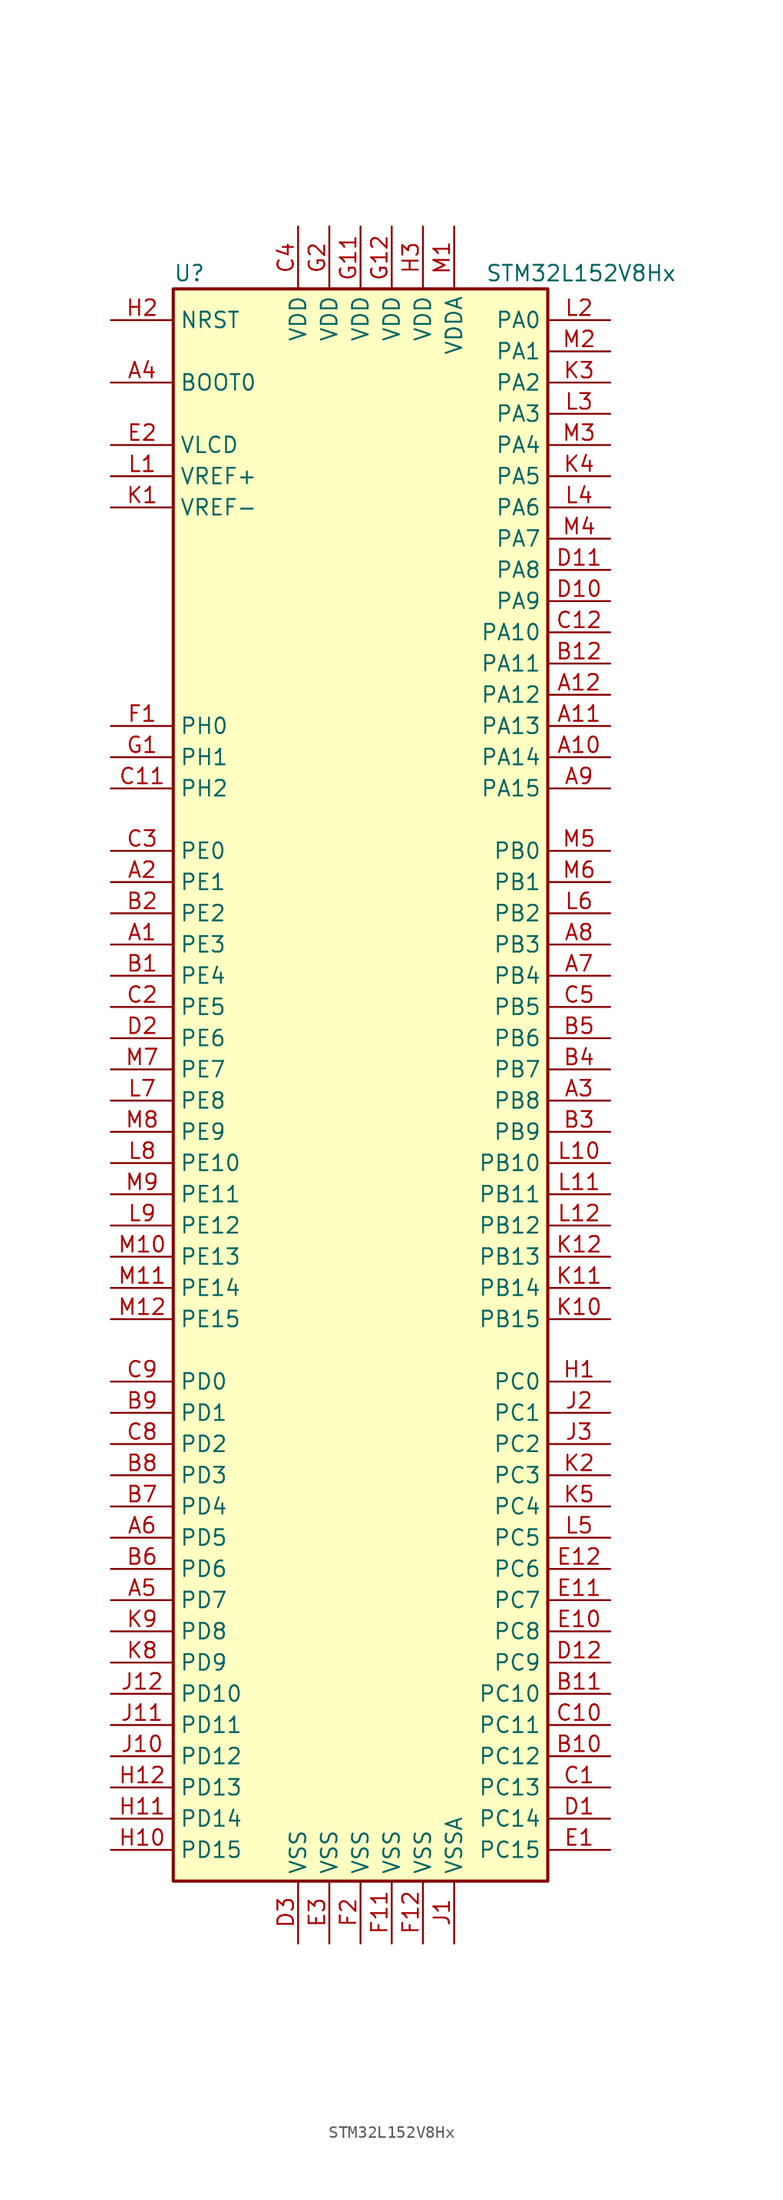
<source format=kicad_sym>
(kicad_symbol_lib
  (version 20211014)
  (generator kicad_symbol_editor)
  (symbol "STM32L152V8Hx"
    (property "Reference" "U"
      (at -15.24 64.77 0)
      (effects (font (size 1.27 1.27)) (justify left)))
    (property "Value" "STM32L152V8Hx"
      (at 10.16 64.77 0)
      (effects (font (size 1.27 1.27)) (justify left)))
    (symbol "STM32L152V8Hx_0_1"
      (rectangle (start -15.24 -66.04) (end 15.24 63.5) (stroke (width 0.254) (type default) (color 0 0 0 0)) (fill (type background))))
    (symbol "STM32L152V8Hx_1_1"
      (pin bidirectional line (at -20.32 10.16 0) (length 5.08) (name "PE3" (effects (font (size 1.27 1.27)))) (number "A1" (effects (font (size 1.27 1.27)))))
      (pin bidirectional line (at 20.32 25.4 180) (length 5.08) (name "PA14" (effects (font (size 1.27 1.27)))) (number "A10" (effects (font (size 1.27 1.27)))))
      (pin bidirectional line (at 20.32 27.94 180) (length 5.08) (name "PA13" (effects (font (size 1.27 1.27)))) (number "A11" (effects (font (size 1.27 1.27)))))
      (pin bidirectional line (at 20.32 30.48 180) (length 5.08) (name "PA12" (effects (font (size 1.27 1.27)))) (number "A12" (effects (font (size 1.27 1.27)))))
      (pin bidirectional line (at -20.32 15.24 0) (length 5.08) (name "PE1" (effects (font (size 1.27 1.27)))) (number "A2" (effects (font (size 1.27 1.27)))))
      (pin bidirectional line (at 20.32 -2.54 180) (length 5.08) (name "PB8" (effects (font (size 1.27 1.27)))) (number "A3" (effects (font (size 1.27 1.27)))))
      (pin input line (at -20.32 55.88 0) (length 5.08) (name "BOOT0" (effects (font (size 1.27 1.27)))) (number "A4" (effects (font (size 1.27 1.27)))))
      (pin bidirectional line (at -20.32 -43.18 0) (length 5.08) (name "PD7" (effects (font (size 1.27 1.27)))) (number "A5" (effects (font (size 1.27 1.27)))))
      (pin bidirectional line (at -20.32 -38.1 0) (length 5.08) (name "PD5" (effects (font (size 1.27 1.27)))) (number "A6" (effects (font (size 1.27 1.27)))))
      (pin bidirectional line (at 20.32 7.62 180) (length 5.08) (name "PB4" (effects (font (size 1.27 1.27)))) (number "A7" (effects (font (size 1.27 1.27)))))
      (pin bidirectional line (at 20.32 10.16 180) (length 5.08) (name "PB3" (effects (font (size 1.27 1.27)))) (number "A8" (effects (font (size 1.27 1.27)))))
      (pin bidirectional line (at 20.32 22.86 180) (length 5.08) (name "PA15" (effects (font (size 1.27 1.27)))) (number "A9" (effects (font (size 1.27 1.27)))))
      (pin bidirectional line (at -20.32 7.62 0) (length 5.08) (name "PE4" (effects (font (size 1.27 1.27)))) (number "B1" (effects (font (size 1.27 1.27)))))
      (pin bidirectional line (at 20.32 -55.88 180) (length 5.08) (name "PC12" (effects (font (size 1.27 1.27)))) (number "B10" (effects (font (size 1.27 1.27)))))
      (pin bidirectional line (at 20.32 -50.8 180) (length 5.08) (name "PC10" (effects (font (size 1.27 1.27)))) (number "B11" (effects (font (size 1.27 1.27)))))
      (pin bidirectional line (at 20.32 33.02 180) (length 5.08) (name "PA11" (effects (font (size 1.27 1.27)))) (number "B12" (effects (font (size 1.27 1.27)))))
      (pin bidirectional line (at -20.32 12.7 0) (length 5.08) (name "PE2" (effects (font (size 1.27 1.27)))) (number "B2" (effects (font (size 1.27 1.27)))))
      (pin bidirectional line (at 20.32 -5.08 180) (length 5.08) (name "PB9" (effects (font (size 1.27 1.27)))) (number "B3" (effects (font (size 1.27 1.27)))))
      (pin bidirectional line (at 20.32 0 180) (length 5.08) (name "PB7" (effects (font (size 1.27 1.27)))) (number "B4" (effects (font (size 1.27 1.27)))))
      (pin bidirectional line (at 20.32 2.54 180) (length 5.08) (name "PB6" (effects (font (size 1.27 1.27)))) (number "B5" (effects (font (size 1.27 1.27)))))
      (pin bidirectional line (at -20.32 -40.64 0) (length 5.08) (name "PD6" (effects (font (size 1.27 1.27)))) (number "B6" (effects (font (size 1.27 1.27)))))
      (pin bidirectional line (at -20.32 -35.56 0) (length 5.08) (name "PD4" (effects (font (size 1.27 1.27)))) (number "B7" (effects (font (size 1.27 1.27)))))
      (pin bidirectional line (at -20.32 -33.02 0) (length 5.08) (name "PD3" (effects (font (size 1.27 1.27)))) (number "B8" (effects (font (size 1.27 1.27)))))
      (pin bidirectional line (at -20.32 -27.94 0) (length 5.08) (name "PD1" (effects (font (size 1.27 1.27)))) (number "B9" (effects (font (size 1.27 1.27)))))
      (pin bidirectional line (at 20.32 -58.42 180) (length 5.08) (name "PC13" (effects (font (size 1.27 1.27)))) (number "C1" (effects (font (size 1.27 1.27)))))
      (pin bidirectional line (at 20.32 -53.34 180) (length 5.08) (name "PC11" (effects (font (size 1.27 1.27)))) (number "C10" (effects (font (size 1.27 1.27)))))
      (pin bidirectional line (at -20.32 22.86 0) (length 5.08) (name "PH2" (effects (font (size 1.27 1.27)))) (number "C11" (effects (font (size 1.27 1.27)))))
      (pin bidirectional line (at 20.32 35.56 180) (length 5.08) (name "PA10" (effects (font (size 1.27 1.27)))) (number "C12" (effects (font (size 1.27 1.27)))))
      (pin bidirectional line (at -20.32 5.08 0) (length 5.08) (name "PE5" (effects (font (size 1.27 1.27)))) (number "C2" (effects (font (size 1.27 1.27)))))
      (pin bidirectional line (at -20.32 17.78 0) (length 5.08) (name "PE0" (effects (font (size 1.27 1.27)))) (number "C3" (effects (font (size 1.27 1.27)))))
      (pin power_in line (at -5.08 68.58 270) (length 5.08) (name "VDD" (effects (font (size 1.27 1.27)))) (number "C4" (effects (font (size 1.27 1.27)))))
      (pin bidirectional line (at 20.32 5.08 180) (length 5.08) (name "PB5" (effects (font (size 1.27 1.27)))) (number "C5" (effects (font (size 1.27 1.27)))))
      (pin bidirectional line (at -20.32 -30.48 0) (length 5.08) (name "PD2" (effects (font (size 1.27 1.27)))) (number "C8" (effects (font (size 1.27 1.27)))))
      (pin bidirectional line (at -20.32 -25.4 0) (length 5.08) (name "PD0" (effects (font (size 1.27 1.27)))) (number "C9" (effects (font (size 1.27 1.27)))))
      (pin bidirectional line (at 20.32 -60.96 180) (length 5.08) (name "PC14" (effects (font (size 1.27 1.27)))) (number "D1" (effects (font (size 1.27 1.27)))))
      (pin bidirectional line (at 20.32 38.1 180) (length 5.08) (name "PA9" (effects (font (size 1.27 1.27)))) (number "D10" (effects (font (size 1.27 1.27)))))
      (pin bidirectional line (at 20.32 40.64 180) (length 5.08) (name "PA8" (effects (font (size 1.27 1.27)))) (number "D11" (effects (font (size 1.27 1.27)))))
      (pin bidirectional line (at 20.32 -48.26 180) (length 5.08) (name "PC9" (effects (font (size 1.27 1.27)))) (number "D12" (effects (font (size 1.27 1.27)))))
      (pin bidirectional line (at -20.32 2.54 0) (length 5.08) (name "PE6" (effects (font (size 1.27 1.27)))) (number "D2" (effects (font (size 1.27 1.27)))))
      (pin power_in line (at -5.08 -71.12 90) (length 5.08) (name "VSS" (effects (font (size 1.27 1.27)))) (number "D3" (effects (font (size 1.27 1.27)))))
      (pin bidirectional line (at 20.32 -63.5 180) (length 5.08) (name "PC15" (effects (font (size 1.27 1.27)))) (number "E1" (effects (font (size 1.27 1.27)))))
      (pin bidirectional line (at 20.32 -45.72 180) (length 5.08) (name "PC8" (effects (font (size 1.27 1.27)))) (number "E10" (effects (font (size 1.27 1.27)))))
      (pin bidirectional line (at 20.32 -43.18 180) (length 5.08) (name "PC7" (effects (font (size 1.27 1.27)))) (number "E11" (effects (font (size 1.27 1.27)))))
      (pin bidirectional line (at 20.32 -40.64 180) (length 5.08) (name "PC6" (effects (font (size 1.27 1.27)))) (number "E12" (effects (font (size 1.27 1.27)))))
      (pin power_in line (at -20.32 50.8 0) (length 5.08) (name "VLCD" (effects (font (size 1.27 1.27)))) (number "E2" (effects (font (size 1.27 1.27)))))
      (pin power_in line (at -2.54 -71.12 90) (length 5.08) (name "VSS" (effects (font (size 1.27 1.27)))) (number "E3" (effects (font (size 1.27 1.27)))))
      (pin input line (at -20.32 27.94 0) (length 5.08) (name "PH0" (effects (font (size 1.27 1.27)))) (number "F1" (effects (font (size 1.27 1.27)))))
      (pin power_in line (at 2.54 -71.12 90) (length 5.08) (name "VSS" (effects (font (size 1.27 1.27)))) (number "F11" (effects (font (size 1.27 1.27)))))
      (pin power_in line (at 5.08 -71.12 90) (length 5.08) (name "VSS" (effects (font (size 1.27 1.27)))) (number "F12" (effects (font (size 1.27 1.27)))))
      (pin power_in line (at 0 -71.12 90) (length 5.08) (name "VSS" (effects (font (size 1.27 1.27)))) (number "F2" (effects (font (size 1.27 1.27)))))
      (pin input line (at -20.32 25.4 0) (length 5.08) (name "PH1" (effects (font (size 1.27 1.27)))) (number "G1" (effects (font (size 1.27 1.27)))))
      (pin power_in line (at 0 68.58 270) (length 5.08) (name "VDD" (effects (font (size 1.27 1.27)))) (number "G11" (effects (font (size 1.27 1.27)))))
      (pin power_in line (at 2.54 68.58 270) (length 5.08) (name "VDD" (effects (font (size 1.27 1.27)))) (number "G12" (effects (font (size 1.27 1.27)))))
      (pin power_in line (at -2.54 68.58 270) (length 5.08) (name "VDD" (effects (font (size 1.27 1.27)))) (number "G2" (effects (font (size 1.27 1.27)))))
      (pin bidirectional line (at 20.32 -25.4 180) (length 5.08) (name "PC0" (effects (font (size 1.27 1.27)))) (number "H1" (effects (font (size 1.27 1.27)))))
      (pin bidirectional line (at -20.32 -63.5 0) (length 5.08) (name "PD15" (effects (font (size 1.27 1.27)))) (number "H10" (effects (font (size 1.27 1.27)))))
      (pin bidirectional line (at -20.32 -60.96 0) (length 5.08) (name "PD14" (effects (font (size 1.27 1.27)))) (number "H11" (effects (font (size 1.27 1.27)))))
      (pin bidirectional line (at -20.32 -58.42 0) (length 5.08) (name "PD13" (effects (font (size 1.27 1.27)))) (number "H12" (effects (font (size 1.27 1.27)))))
      (pin input line (at -20.32 60.96 0) (length 5.08) (name "NRST" (effects (font (size 1.27 1.27)))) (number "H2" (effects (font (size 1.27 1.27)))))
      (pin power_in line (at 5.08 68.58 270) (length 5.08) (name "VDD" (effects (font (size 1.27 1.27)))) (number "H3" (effects (font (size 1.27 1.27)))))
      (pin power_in line (at 7.62 -71.12 90) (length 5.08) (name "VSSA" (effects (font (size 1.27 1.27)))) (number "J1" (effects (font (size 1.27 1.27)))))
      (pin bidirectional line (at -20.32 -55.88 0) (length 5.08) (name "PD12" (effects (font (size 1.27 1.27)))) (number "J10" (effects (font (size 1.27 1.27)))))
      (pin bidirectional line (at -20.32 -53.34 0) (length 5.08) (name "PD11" (effects (font (size 1.27 1.27)))) (number "J11" (effects (font (size 1.27 1.27)))))
      (pin bidirectional line (at -20.32 -50.8 0) (length 5.08) (name "PD10" (effects (font (size 1.27 1.27)))) (number "J12" (effects (font (size 1.27 1.27)))))
      (pin bidirectional line (at 20.32 -27.94 180) (length 5.08) (name "PC1" (effects (font (size 1.27 1.27)))) (number "J2" (effects (font (size 1.27 1.27)))))
      (pin bidirectional line (at 20.32 -30.48 180) (length 5.08) (name "PC2" (effects (font (size 1.27 1.27)))) (number "J3" (effects (font (size 1.27 1.27)))))
      (pin power_in line (at -20.32 45.72 0) (length 5.08) (name "VREF-" (effects (font (size 1.27 1.27)))) (number "K1" (effects (font (size 1.27 1.27)))))
      (pin bidirectional line (at 20.32 -20.32 180) (length 5.08) (name "PB15" (effects (font (size 1.27 1.27)))) (number "K10" (effects (font (size 1.27 1.27)))))
      (pin bidirectional line (at 20.32 -17.78 180) (length 5.08) (name "PB14" (effects (font (size 1.27 1.27)))) (number "K11" (effects (font (size 1.27 1.27)))))
      (pin bidirectional line (at 20.32 -15.24 180) (length 5.08) (name "PB13" (effects (font (size 1.27 1.27)))) (number "K12" (effects (font (size 1.27 1.27)))))
      (pin bidirectional line (at 20.32 -33.02 180) (length 5.08) (name "PC3" (effects (font (size 1.27 1.27)))) (number "K2" (effects (font (size 1.27 1.27)))))
      (pin bidirectional line (at 20.32 55.88 180) (length 5.08) (name "PA2" (effects (font (size 1.27 1.27)))) (number "K3" (effects (font (size 1.27 1.27)))))
      (pin bidirectional line (at 20.32 48.26 180) (length 5.08) (name "PA5" (effects (font (size 1.27 1.27)))) (number "K4" (effects (font (size 1.27 1.27)))))
      (pin bidirectional line (at 20.32 -35.56 180) (length 5.08) (name "PC4" (effects (font (size 1.27 1.27)))) (number "K5" (effects (font (size 1.27 1.27)))))
      (pin bidirectional line (at -20.32 -48.26 0) (length 5.08) (name "PD9" (effects (font (size 1.27 1.27)))) (number "K8" (effects (font (size 1.27 1.27)))))
      (pin bidirectional line (at -20.32 -45.72 0) (length 5.08) (name "PD8" (effects (font (size 1.27 1.27)))) (number "K9" (effects (font (size 1.27 1.27)))))
      (pin power_in line (at -20.32 48.26 0) (length 5.08) (name "VREF+" (effects (font (size 1.27 1.27)))) (number "L1" (effects (font (size 1.27 1.27)))))
      (pin bidirectional line (at 20.32 -7.62 180) (length 5.08) (name "PB10" (effects (font (size 1.27 1.27)))) (number "L10" (effects (font (size 1.27 1.27)))))
      (pin bidirectional line (at 20.32 -10.16 180) (length 5.08) (name "PB11" (effects (font (size 1.27 1.27)))) (number "L11" (effects (font (size 1.27 1.27)))))
      (pin bidirectional line (at 20.32 -12.7 180) (length 5.08) (name "PB12" (effects (font (size 1.27 1.27)))) (number "L12" (effects (font (size 1.27 1.27)))))
      (pin bidirectional line (at 20.32 60.96 180) (length 5.08) (name "PA0" (effects (font (size 1.27 1.27)))) (number "L2" (effects (font (size 1.27 1.27)))))
      (pin bidirectional line (at 20.32 53.34 180) (length 5.08) (name "PA3" (effects (font (size 1.27 1.27)))) (number "L3" (effects (font (size 1.27 1.27)))))
      (pin bidirectional line (at 20.32 45.72 180) (length 5.08) (name "PA6" (effects (font (size 1.27 1.27)))) (number "L4" (effects (font (size 1.27 1.27)))))
      (pin bidirectional line (at 20.32 -38.1 180) (length 5.08) (name "PC5" (effects (font (size 1.27 1.27)))) (number "L5" (effects (font (size 1.27 1.27)))))
      (pin bidirectional line (at 20.32 12.7 180) (length 5.08) (name "PB2" (effects (font (size 1.27 1.27)))) (number "L6" (effects (font (size 1.27 1.27)))))
      (pin bidirectional line (at -20.32 -2.54 0) (length 5.08) (name "PE8" (effects (font (size 1.27 1.27)))) (number "L7" (effects (font (size 1.27 1.27)))))
      (pin bidirectional line (at -20.32 -7.62 0) (length 5.08) (name "PE10" (effects (font (size 1.27 1.27)))) (number "L8" (effects (font (size 1.27 1.27)))))
      (pin bidirectional line (at -20.32 -12.7 0) (length 5.08) (name "PE12" (effects (font (size 1.27 1.27)))) (number "L9" (effects (font (size 1.27 1.27)))))
      (pin power_in line (at 7.62 68.58 270) (length 5.08) (name "VDDA" (effects (font (size 1.27 1.27)))) (number "M1" (effects (font (size 1.27 1.27)))))
      (pin bidirectional line (at -20.32 -15.24 0) (length 5.08) (name "PE13" (effects (font (size 1.27 1.27)))) (number "M10" (effects (font (size 1.27 1.27)))))
      (pin bidirectional line (at -20.32 -17.78 0) (length 5.08) (name "PE14" (effects (font (size 1.27 1.27)))) (number "M11" (effects (font (size 1.27 1.27)))))
      (pin bidirectional line (at -20.32 -20.32 0) (length 5.08) (name "PE15" (effects (font (size 1.27 1.27)))) (number "M12" (effects (font (size 1.27 1.27)))))
      (pin bidirectional line (at 20.32 58.42 180) (length 5.08) (name "PA1" (effects (font (size 1.27 1.27)))) (number "M2" (effects (font (size 1.27 1.27)))))
      (pin bidirectional line (at 20.32 50.8 180) (length 5.08) (name "PA4" (effects (font (size 1.27 1.27)))) (number "M3" (effects (font (size 1.27 1.27)))))
      (pin bidirectional line (at 20.32 43.18 180) (length 5.08) (name "PA7" (effects (font (size 1.27 1.27)))) (number "M4" (effects (font (size 1.27 1.27)))))
      (pin bidirectional line (at 20.32 17.78 180) (length 5.08) (name "PB0" (effects (font (size 1.27 1.27)))) (number "M5" (effects (font (size 1.27 1.27)))))
      (pin bidirectional line (at 20.32 15.24 180) (length 5.08) (name "PB1" (effects (font (size 1.27 1.27)))) (number "M6" (effects (font (size 1.27 1.27)))))
      (pin bidirectional line (at -20.32 0 0) (length 5.08) (name "PE7" (effects (font (size 1.27 1.27)))) (number "M7" (effects (font (size 1.27 1.27)))))
      (pin bidirectional line (at -20.32 -5.08 0) (length 5.08) (name "PE9" (effects (font (size 1.27 1.27)))) (number "M8" (effects (font (size 1.27 1.27)))))
      (pin bidirectional line (at -20.32 -10.16 0) (length 5.08) (name "PE11" (effects (font (size 1.27 1.27)))) (number "M9" (effects (font (size 1.27 1.27))))))))
</source>
